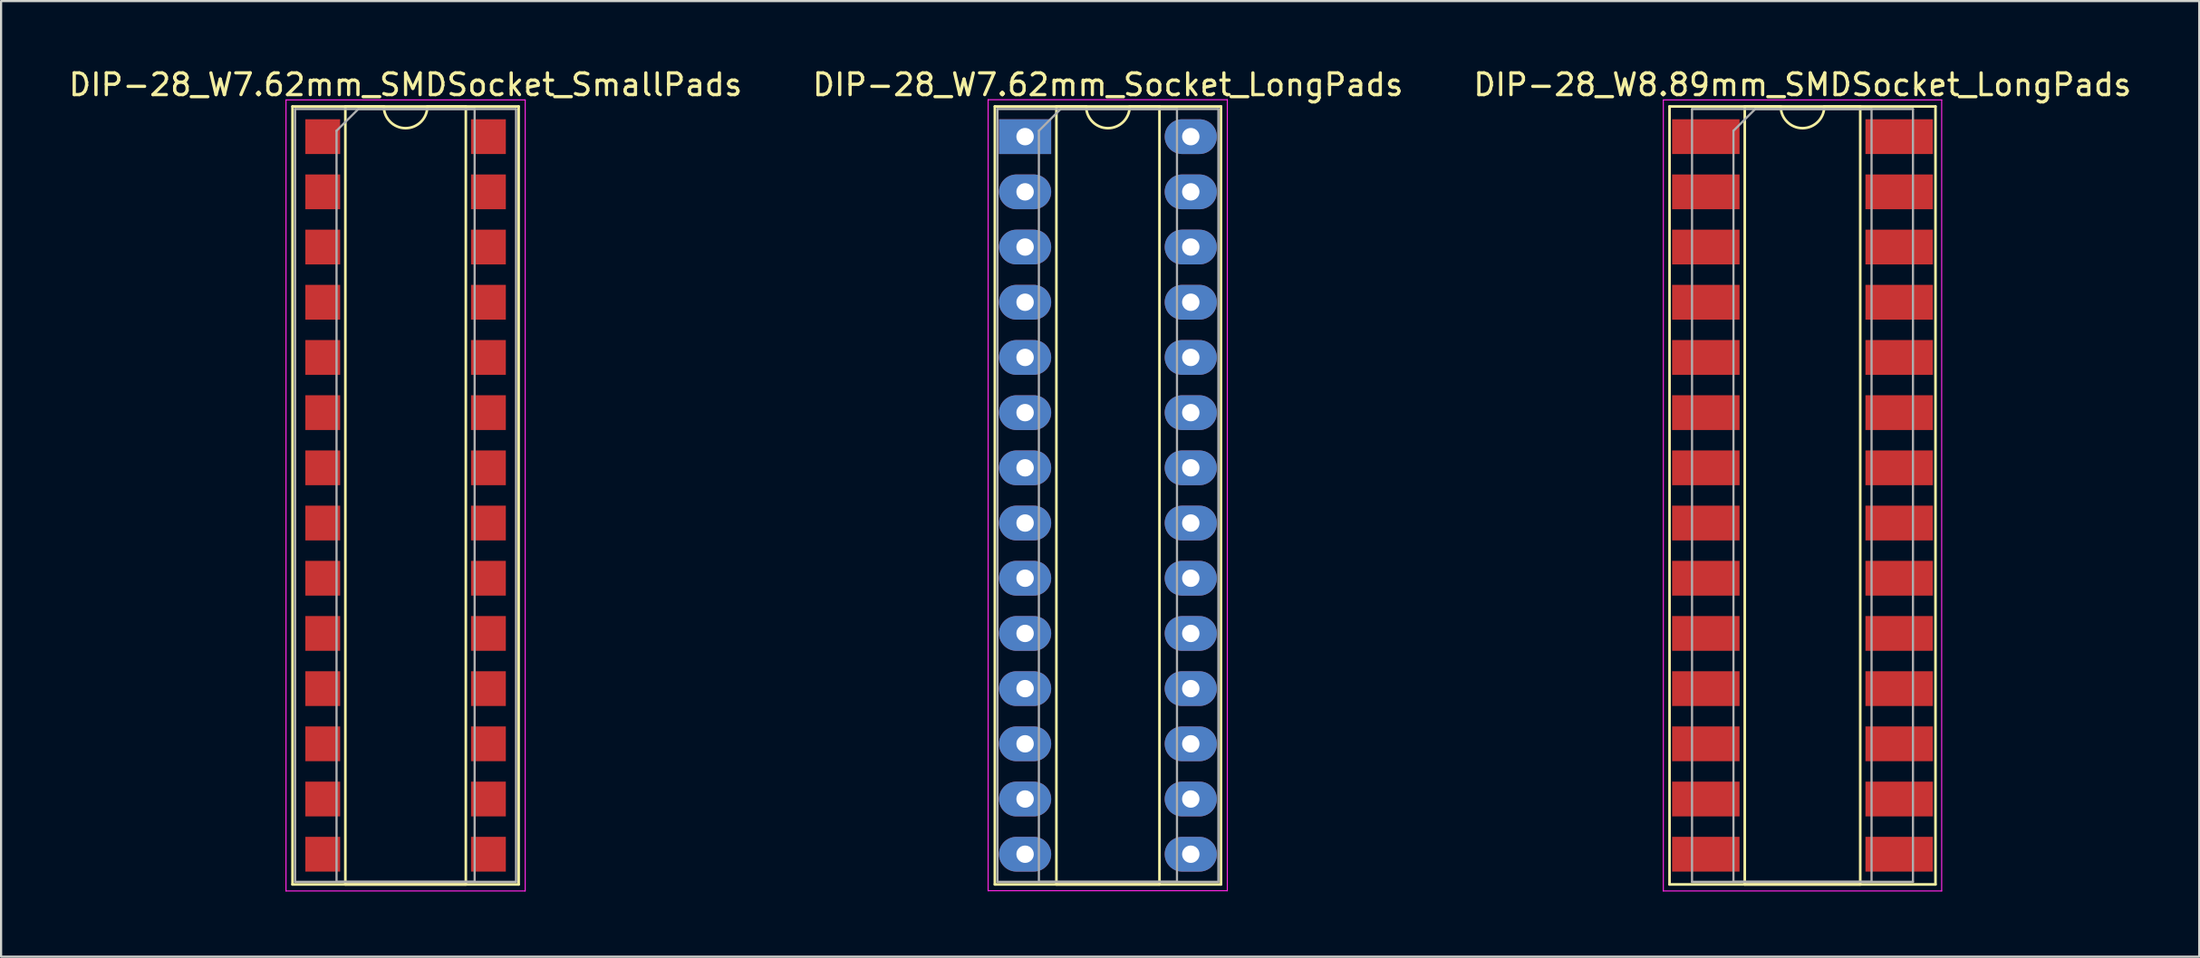
<source format=kicad_pcb>
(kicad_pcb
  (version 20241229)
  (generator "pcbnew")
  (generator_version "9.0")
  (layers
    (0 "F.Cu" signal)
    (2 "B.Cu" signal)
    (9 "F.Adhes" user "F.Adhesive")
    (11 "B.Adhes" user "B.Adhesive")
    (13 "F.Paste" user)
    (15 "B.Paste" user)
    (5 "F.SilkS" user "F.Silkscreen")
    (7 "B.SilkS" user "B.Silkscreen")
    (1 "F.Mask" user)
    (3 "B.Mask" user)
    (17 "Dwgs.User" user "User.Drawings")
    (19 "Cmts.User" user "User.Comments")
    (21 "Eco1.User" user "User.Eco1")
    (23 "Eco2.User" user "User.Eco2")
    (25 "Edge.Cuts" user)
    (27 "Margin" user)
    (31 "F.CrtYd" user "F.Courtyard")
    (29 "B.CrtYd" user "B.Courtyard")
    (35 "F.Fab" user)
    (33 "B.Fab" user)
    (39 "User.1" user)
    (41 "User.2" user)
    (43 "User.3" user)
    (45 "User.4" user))
  (footprint "DIP-28_W8.89mm_SMDSocket_LongPads"
    (layer "F.Cu")
    (at 79.839 19.748)
    (property "Reference" "DIP-28_W8.89mm_SMDSocket_LongPads" (at 0 -18.9 0) (layer "F.SilkS") (effects (font (size 1 1) (thickness 0.15))))
    (attr smd)
    (fp_line (start -6.115 -17.9) (end -6.115 17.9) (stroke (width 0.12) (type solid)) (layer "F.SilkS"))
    (fp_line (start -6.115 17.9) (end 6.115 17.9) (stroke (width 0.12) (type solid)) (layer "F.SilkS"))
    (fp_line (start -2.655 -17.9) (end -2.655 17.9) (stroke (width 0.12) (type solid)) (layer "F.SilkS"))
    (fp_line (start -2.655 17.9) (end 2.655 17.9) (stroke (width 0.12) (type solid)) (layer "F.SilkS"))
    (fp_line (start -1 -17.9) (end -2.655 -17.9) (stroke (width 0.12) (type solid)) (layer "F.SilkS"))
    (fp_line (start 2.655 -17.9) (end 1 -17.9) (stroke (width 0.12) (type solid)) (layer "F.SilkS"))
    (fp_line (start 2.655 17.9) (end 2.655 -17.9) (stroke (width 0.12) (type solid)) (layer "F.SilkS"))
    (fp_line (start 6.115 -17.9) (end -6.115 -17.9) (stroke (width 0.12) (type solid)) (layer "F.SilkS"))
    (fp_line (start 6.115 17.9) (end 6.115 -17.9) (stroke (width 0.12) (type solid)) (layer "F.SilkS"))
    (fp_arc (start 1 -17.9) (mid 0 -16.9) (end -1 -17.9) (stroke (width 0.12) (type solid)) (layer "F.SilkS"))
    (fp_line (start -6.4 -18.2) (end -6.4 18.2) (stroke (width 0.05) (type solid)) (layer "F.CrtYd"))
    (fp_line (start -6.4 18.2) (end 6.4 18.2) (stroke (width 0.05) (type solid)) (layer "F.CrtYd"))
    (fp_line (start 6.4 -18.2) (end -6.4 -18.2) (stroke (width 0.05) (type solid)) (layer "F.CrtYd"))
    (fp_line (start 6.4 18.2) (end 6.4 -18.2) (stroke (width 0.05) (type solid)) (layer "F.CrtYd"))
    (fp_line (start -5.08 -17.78) (end -5.08 17.78) (stroke (width 0.1) (type solid)) (layer "F.Fab"))
    (fp_line (start -5.08 17.78) (end 5.08 17.78) (stroke (width 0.1) (type solid)) (layer "F.Fab"))
    (fp_line (start -3.175 -16.78) (end -2.175 -17.78) (stroke (width 0.1) (type solid)) (layer "F.Fab"))
    (fp_line (start -3.175 17.78) (end -3.175 -16.78) (stroke (width 0.1) (type solid)) (layer "F.Fab"))
    (fp_line (start -2.175 -17.78) (end 3.175 -17.78) (stroke (width 0.1) (type solid)) (layer "F.Fab"))
    (fp_line (start 3.175 -17.78) (end 3.175 17.78) (stroke (width 0.1) (type solid)) (layer "F.Fab"))
    (fp_line (start 3.175 17.78) (end -3.175 17.78) (stroke (width 0.1) (type solid)) (layer "F.Fab"))
    (fp_line (start 5.08 -17.78) (end -5.08 -17.78) (stroke (width 0.1) (type solid)) (layer "F.Fab"))
    (fp_line (start 5.08 17.78) (end 5.08 -17.78) (stroke (width 0.1) (type solid)) (layer "F.Fab"))
    (pad "1" smd rect (at -4.445 -16.51) (size 3.1 1.6) (layers "F.Cu" "F.Mask"))
    (pad "2" smd rect (at -4.445 -13.97) (size 3.1 1.6) (layers "F.Cu" "F.Mask"))
    (pad "3" smd rect (at -4.445 -11.43) (size 3.1 1.6) (layers "F.Cu" "F.Mask"))
    (pad "4" smd rect (at -4.445 -8.89) (size 3.1 1.6) (layers "F.Cu" "F.Mask"))
    (pad "5" smd rect (at -4.445 -6.35) (size 3.1 1.6) (layers "F.Cu" "F.Mask"))
    (pad "6" smd rect (at -4.445 -3.81) (size 3.1 1.6) (layers "F.Cu" "F.Mask"))
    (pad "7" smd rect (at -4.445 -1.27) (size 3.1 1.6) (layers "F.Cu" "F.Mask"))
    (pad "8" smd rect (at -4.445 1.27) (size 3.1 1.6) (layers "F.Cu" "F.Mask"))
    (pad "9" smd rect (at -4.445 3.81) (size 3.1 1.6) (layers "F.Cu" "F.Mask"))
    (pad "10" smd rect (at -4.445 6.35) (size 3.1 1.6) (layers "F.Cu" "F.Mask"))
    (pad "11" smd rect (at -4.445 8.89) (size 3.1 1.6) (layers "F.Cu" "F.Mask"))
    (pad "12" smd rect (at -4.445 11.43) (size 3.1 1.6) (layers "F.Cu" "F.Mask"))
    (pad "13" smd rect (at -4.445 13.97) (size 3.1 1.6) (layers "F.Cu" "F.Mask"))
    (pad "14" smd rect (at -4.445 16.51) (size 3.1 1.6) (layers "F.Cu" "F.Mask"))
    (pad "15" smd rect (at 4.445 16.51) (size 3.1 1.6) (layers "F.Cu" "F.Mask"))
    (pad "16" smd rect (at 4.445 13.97) (size 3.1 1.6) (layers "F.Cu" "F.Mask"))
    (pad "17" smd rect (at 4.445 11.43) (size 3.1 1.6) (layers "F.Cu" "F.Mask"))
    (pad "18" smd rect (at 4.445 8.89) (size 3.1 1.6) (layers "F.Cu" "F.Mask"))
    (pad "19" smd rect (at 4.445 6.35) (size 3.1 1.6) (layers "F.Cu" "F.Mask"))
    (pad "20" smd rect (at 4.445 3.81) (size 3.1 1.6) (layers "F.Cu" "F.Mask"))
    (pad "21" smd rect (at 4.445 1.27) (size 3.1 1.6) (layers "F.Cu" "F.Mask"))
    (pad "22" smd rect (at 4.445 -1.27) (size 3.1 1.6) (layers "F.Cu" "F.Mask"))
    (pad "23" smd rect (at 4.445 -3.81) (size 3.1 1.6) (layers "F.Cu" "F.Mask"))
    (pad "24" smd rect (at 4.445 -6.35) (size 3.1 1.6) (layers "F.Cu" "F.Mask"))
    (pad "25" smd rect (at 4.445 -8.89) (size 3.1 1.6) (layers "F.Cu" "F.Mask"))
    (pad "26" smd rect (at 4.445 -11.43) (size 3.1 1.6) (layers "F.Cu" "F.Mask"))
    (pad "27" smd rect (at 4.445 -13.97) (size 3.1 1.6) (layers "F.Cu" "F.Mask"))
    (pad "28" smd rect (at 4.445 -16.51) (size 3.1 1.6) (layers "F.Cu" "F.Mask")))
  (footprint "DIP-28_W7.62mm_Socket_LongPads"
    (layer "F.Cu")
    (at 44.089 3.238)
    (property "Reference" "DIP-28_W7.62mm_Socket_LongPads" (at 3.81 -2.39 0) (layer "F.SilkS") (effects (font (size 1 1) (thickness 0.15))))
    (attr through_hole)
    (fp_line (start -1.39 -1.39) (end -1.39 34.41) (stroke (width 0.12) (type solid)) (layer "F.SilkS"))
    (fp_line (start -1.39 34.41) (end 9.01 34.41) (stroke (width 0.12) (type solid)) (layer "F.SilkS"))
    (fp_line (start 1.44 -1.39) (end 1.44 34.41) (stroke (width 0.12) (type solid)) (layer "F.SilkS"))
    (fp_line (start 1.44 34.41) (end 6.18 34.41) (stroke (width 0.12) (type solid)) (layer "F.SilkS"))
    (fp_line (start 2.81 -1.39) (end 1.44 -1.39) (stroke (width 0.12) (type solid)) (layer "F.SilkS"))
    (fp_line (start 6.18 -1.39) (end 4.81 -1.39) (stroke (width 0.12) (type solid)) (layer "F.SilkS"))
    (fp_line (start 6.18 34.41) (end 6.18 -1.39) (stroke (width 0.12) (type solid)) (layer "F.SilkS"))
    (fp_line (start 9.01 -1.39) (end -1.39 -1.39) (stroke (width 0.12) (type solid)) (layer "F.SilkS"))
    (fp_line (start 9.01 34.41) (end 9.01 -1.39) (stroke (width 0.12) (type solid)) (layer "F.SilkS"))
    (fp_arc (start 4.81 -1.39) (mid 3.81 -0.39) (end 2.81 -1.39) (stroke (width 0.12) (type solid)) (layer "F.SilkS"))
    (fp_line (start -1.7 -1.7) (end -1.7 34.7) (stroke (width 0.05) (type solid)) (layer "F.CrtYd"))
    (fp_line (start -1.7 34.7) (end 9.3 34.7) (stroke (width 0.05) (type solid)) (layer "F.CrtYd"))
    (fp_line (start 9.3 -1.7) (end -1.7 -1.7) (stroke (width 0.05) (type solid)) (layer "F.CrtYd"))
    (fp_line (start 9.3 34.7) (end 9.3 -1.7) (stroke (width 0.05) (type solid)) (layer "F.CrtYd"))
    (fp_line (start -1.27 -1.27) (end -1.27 34.29) (stroke (width 0.1) (type solid)) (layer "F.Fab"))
    (fp_line (start -1.27 34.29) (end 8.89 34.29) (stroke (width 0.1) (type solid)) (layer "F.Fab"))
    (fp_line (start 0.635 -0.27) (end 1.635 -1.27) (stroke (width 0.1) (type solid)) (layer "F.Fab"))
    (fp_line (start 0.635 34.29) (end 0.635 -0.27) (stroke (width 0.1) (type solid)) (layer "F.Fab"))
    (fp_line (start 1.635 -1.27) (end 6.985 -1.27) (stroke (width 0.1) (type solid)) (layer "F.Fab"))
    (fp_line (start 6.985 -1.27) (end 6.985 34.29) (stroke (width 0.1) (type solid)) (layer "F.Fab"))
    (fp_line (start 6.985 34.29) (end 0.635 34.29) (stroke (width 0.1) (type solid)) (layer "F.Fab"))
    (fp_line (start 8.89 -1.27) (end -1.27 -1.27) (stroke (width 0.1) (type solid)) (layer "F.Fab"))
    (fp_line (start 8.89 34.29) (end 8.89 -1.27) (stroke (width 0.1) (type solid)) (layer "F.Fab"))
    (pad "1" thru_hole rect (at 0 0) (size 2.4 1.6) (drill 0.8) (layers "*.Cu" "*.Mask"))
    (pad "2" thru_hole oval (at 0 2.54) (size 2.4 1.6) (drill 0.8) (layers "*.Cu" "*.Mask"))
    (pad "3" thru_hole oval (at 0 5.08) (size 2.4 1.6) (drill 0.8) (layers "*.Cu" "*.Mask"))
    (pad "4" thru_hole oval (at 0 7.62) (size 2.4 1.6) (drill 0.8) (layers "*.Cu" "*.Mask"))
    (pad "5" thru_hole oval (at 0 10.16) (size 2.4 1.6) (drill 0.8) (layers "*.Cu" "*.Mask"))
    (pad "6" thru_hole oval (at 0 12.7) (size 2.4 1.6) (drill 0.8) (layers "*.Cu" "*.Mask"))
    (pad "7" thru_hole oval (at 0 15.24) (size 2.4 1.6) (drill 0.8) (layers "*.Cu" "*.Mask"))
    (pad "8" thru_hole oval (at 0 17.78) (size 2.4 1.6) (drill 0.8) (layers "*.Cu" "*.Mask"))
    (pad "9" thru_hole oval (at 0 20.32) (size 2.4 1.6) (drill 0.8) (layers "*.Cu" "*.Mask"))
    (pad "10" thru_hole oval (at 0 22.86) (size 2.4 1.6) (drill 0.8) (layers "*.Cu" "*.Mask"))
    (pad "11" thru_hole oval (at 0 25.4) (size 2.4 1.6) (drill 0.8) (layers "*.Cu" "*.Mask"))
    (pad "12" thru_hole oval (at 0 27.94) (size 2.4 1.6) (drill 0.8) (layers "*.Cu" "*.Mask"))
    (pad "13" thru_hole oval (at 0 30.48) (size 2.4 1.6) (drill 0.8) (layers "*.Cu" "*.Mask"))
    (pad "14" thru_hole oval (at 0 33.02) (size 2.4 1.6) (drill 0.8) (layers "*.Cu" "*.Mask"))
    (pad "15" thru_hole oval (at 7.62 33.02) (size 2.4 1.6) (drill 0.8) (layers "*.Cu" "*.Mask"))
    (pad "16" thru_hole oval (at 7.62 30.48) (size 2.4 1.6) (drill 0.8) (layers "*.Cu" "*.Mask"))
    (pad "17" thru_hole oval (at 7.62 27.94) (size 2.4 1.6) (drill 0.8) (layers "*.Cu" "*.Mask"))
    (pad "18" thru_hole oval (at 7.62 25.4) (size 2.4 1.6) (drill 0.8) (layers "*.Cu" "*.Mask"))
    (pad "19" thru_hole oval (at 7.62 22.86) (size 2.4 1.6) (drill 0.8) (layers "*.Cu" "*.Mask"))
    (pad "20" thru_hole oval (at 7.62 20.32) (size 2.4 1.6) (drill 0.8) (layers "*.Cu" "*.Mask"))
    (pad "21" thru_hole oval (at 7.62 17.78) (size 2.4 1.6) (drill 0.8) (layers "*.Cu" "*.Mask"))
    (pad "22" thru_hole oval (at 7.62 15.24) (size 2.4 1.6) (drill 0.8) (layers "*.Cu" "*.Mask"))
    (pad "23" thru_hole oval (at 7.62 12.7) (size 2.4 1.6) (drill 0.8) (layers "*.Cu" "*.Mask"))
    (pad "24" thru_hole oval (at 7.62 10.16) (size 2.4 1.6) (drill 0.8) (layers "*.Cu" "*.Mask"))
    (pad "25" thru_hole oval (at 7.62 7.62) (size 2.4 1.6) (drill 0.8) (layers "*.Cu" "*.Mask"))
    (pad "26" thru_hole oval (at 7.62 5.08) (size 2.4 1.6) (drill 0.8) (layers "*.Cu" "*.Mask"))
    (pad "27" thru_hole oval (at 7.62 2.54) (size 2.4 1.6) (drill 0.8) (layers "*.Cu" "*.Mask"))
    (pad "28" thru_hole oval (at 7.62 0) (size 2.4 1.6) (drill 0.8) (layers "*.Cu" "*.Mask")))
  (footprint "DIP-28_W7.62mm_SMDSocket_SmallPads"
    (layer "F.Cu")
    (at 15.601 19.748)
    (property "Reference" "DIP-28_W7.62mm_SMDSocket_SmallPads" (at 0 -18.9 0) (layer "F.SilkS") (effects (font (size 1 1) (thickness 0.15))))
    (attr smd)
    (fp_line (start -5.2 -17.9) (end -5.2 17.9) (stroke (width 0.12) (type solid)) (layer "F.SilkS"))
    (fp_line (start -5.2 17.9) (end 5.2 17.9) (stroke (width 0.12) (type solid)) (layer "F.SilkS"))
    (fp_line (start -2.77 -17.9) (end -2.77 17.9) (stroke (width 0.12) (type solid)) (layer "F.SilkS"))
    (fp_line (start -2.77 17.9) (end 2.77 17.9) (stroke (width 0.12) (type solid)) (layer "F.SilkS"))
    (fp_line (start -1 -17.9) (end -2.77 -17.9) (stroke (width 0.12) (type solid)) (layer "F.SilkS"))
    (fp_line (start 2.77 -17.9) (end 1 -17.9) (stroke (width 0.12) (type solid)) (layer "F.SilkS"))
    (fp_line (start 2.77 17.9) (end 2.77 -17.9) (stroke (width 0.12) (type solid)) (layer "F.SilkS"))
    (fp_line (start 5.2 -17.9) (end -5.2 -17.9) (stroke (width 0.12) (type solid)) (layer "F.SilkS"))
    (fp_line (start 5.2 17.9) (end 5.2 -17.9) (stroke (width 0.12) (type solid)) (layer "F.SilkS"))
    (fp_arc (start 1 -17.9) (mid 0 -16.9) (end -1 -17.9) (stroke (width 0.12) (type solid)) (layer "F.SilkS"))
    (fp_line (start -5.5 -18.2) (end -5.5 18.2) (stroke (width 0.05) (type solid)) (layer "F.CrtYd"))
    (fp_line (start -5.5 18.2) (end 5.5 18.2) (stroke (width 0.05) (type solid)) (layer "F.CrtYd"))
    (fp_line (start 5.5 -18.2) (end -5.5 -18.2) (stroke (width 0.05) (type solid)) (layer "F.CrtYd"))
    (fp_line (start 5.5 18.2) (end 5.5 -18.2) (stroke (width 0.05) (type solid)) (layer "F.CrtYd"))
    (fp_line (start -5.08 -17.78) (end -5.08 17.78) (stroke (width 0.1) (type solid)) (layer "F.Fab"))
    (fp_line (start -5.08 17.78) (end 5.08 17.78) (stroke (width 0.1) (type solid)) (layer "F.Fab"))
    (fp_line (start -3.175 -16.78) (end -2.175 -17.78) (stroke (width 0.1) (type solid)) (layer "F.Fab"))
    (fp_line (start -3.175 17.78) (end -3.175 -16.78) (stroke (width 0.1) (type solid)) (layer "F.Fab"))
    (fp_line (start -2.175 -17.78) (end 3.175 -17.78) (stroke (width 0.1) (type solid)) (layer "F.Fab"))
    (fp_line (start 3.175 -17.78) (end 3.175 17.78) (stroke (width 0.1) (type solid)) (layer "F.Fab"))
    (fp_line (start 3.175 17.78) (end -3.175 17.78) (stroke (width 0.1) (type solid)) (layer "F.Fab"))
    (fp_line (start 5.08 -17.78) (end -5.08 -17.78) (stroke (width 0.1) (type solid)) (layer "F.Fab"))
    (fp_line (start 5.08 17.78) (end 5.08 -17.78) (stroke (width 0.1) (type solid)) (layer "F.Fab"))
    (pad "1" smd rect (at -3.81 -16.51) (size 1.6 1.6) (layers "F.Cu" "F.Mask"))
    (pad "2" smd rect (at -3.81 -13.97) (size 1.6 1.6) (layers "F.Cu" "F.Mask"))
    (pad "3" smd rect (at -3.81 -11.43) (size 1.6 1.6) (layers "F.Cu" "F.Mask"))
    (pad "4" smd rect (at -3.81 -8.89) (size 1.6 1.6) (layers "F.Cu" "F.Mask"))
    (pad "5" smd rect (at -3.81 -6.35) (size 1.6 1.6) (layers "F.Cu" "F.Mask"))
    (pad "6" smd rect (at -3.81 -3.81) (size 1.6 1.6) (layers "F.Cu" "F.Mask"))
    (pad "7" smd rect (at -3.81 -1.27) (size 1.6 1.6) (layers "F.Cu" "F.Mask"))
    (pad "8" smd rect (at -3.81 1.27) (size 1.6 1.6) (layers "F.Cu" "F.Mask"))
    (pad "9" smd rect (at -3.81 3.81) (size 1.6 1.6) (layers "F.Cu" "F.Mask"))
    (pad "10" smd rect (at -3.81 6.35) (size 1.6 1.6) (layers "F.Cu" "F.Mask"))
    (pad "11" smd rect (at -3.81 8.89) (size 1.6 1.6) (layers "F.Cu" "F.Mask"))
    (pad "12" smd rect (at -3.81 11.43) (size 1.6 1.6) (layers "F.Cu" "F.Mask"))
    (pad "13" smd rect (at -3.81 13.97) (size 1.6 1.6) (layers "F.Cu" "F.Mask"))
    (pad "14" smd rect (at -3.81 16.51) (size 1.6 1.6) (layers "F.Cu" "F.Mask"))
    (pad "15" smd rect (at 3.81 16.51) (size 1.6 1.6) (layers "F.Cu" "F.Mask"))
    (pad "16" smd rect (at 3.81 13.97) (size 1.6 1.6) (layers "F.Cu" "F.Mask"))
    (pad "17" smd rect (at 3.81 11.43) (size 1.6 1.6) (layers "F.Cu" "F.Mask"))
    (pad "18" smd rect (at 3.81 8.89) (size 1.6 1.6) (layers "F.Cu" "F.Mask"))
    (pad "19" smd rect (at 3.81 6.35) (size 1.6 1.6) (layers "F.Cu" "F.Mask"))
    (pad "20" smd rect (at 3.81 3.81) (size 1.6 1.6) (layers "F.Cu" "F.Mask"))
    (pad "21" smd rect (at 3.81 1.27) (size 1.6 1.6) (layers "F.Cu" "F.Mask"))
    (pad "22" smd rect (at 3.81 -1.27) (size 1.6 1.6) (layers "F.Cu" "F.Mask"))
    (pad "23" smd rect (at 3.81 -3.81) (size 1.6 1.6) (layers "F.Cu" "F.Mask"))
    (pad "24" smd rect (at 3.81 -6.35) (size 1.6 1.6) (layers "F.Cu" "F.Mask"))
    (pad "25" smd rect (at 3.81 -8.89) (size 1.6 1.6) (layers "F.Cu" "F.Mask"))
    (pad "26" smd rect (at 3.81 -11.43) (size 1.6 1.6) (layers "F.Cu" "F.Mask"))
    (pad "27" smd rect (at 3.81 -13.97) (size 1.6 1.6) (layers "F.Cu" "F.Mask"))
    (pad "28" smd rect (at 3.81 -16.51) (size 1.6 1.6) (layers "F.Cu" "F.Mask")))
  (gr_rect
    (start -3 -3)
    (end 98.083 40.973)
    (stroke (width 0.1) (type default))
    (fill no)
    (layer "Edge.Cuts")))
</source>
